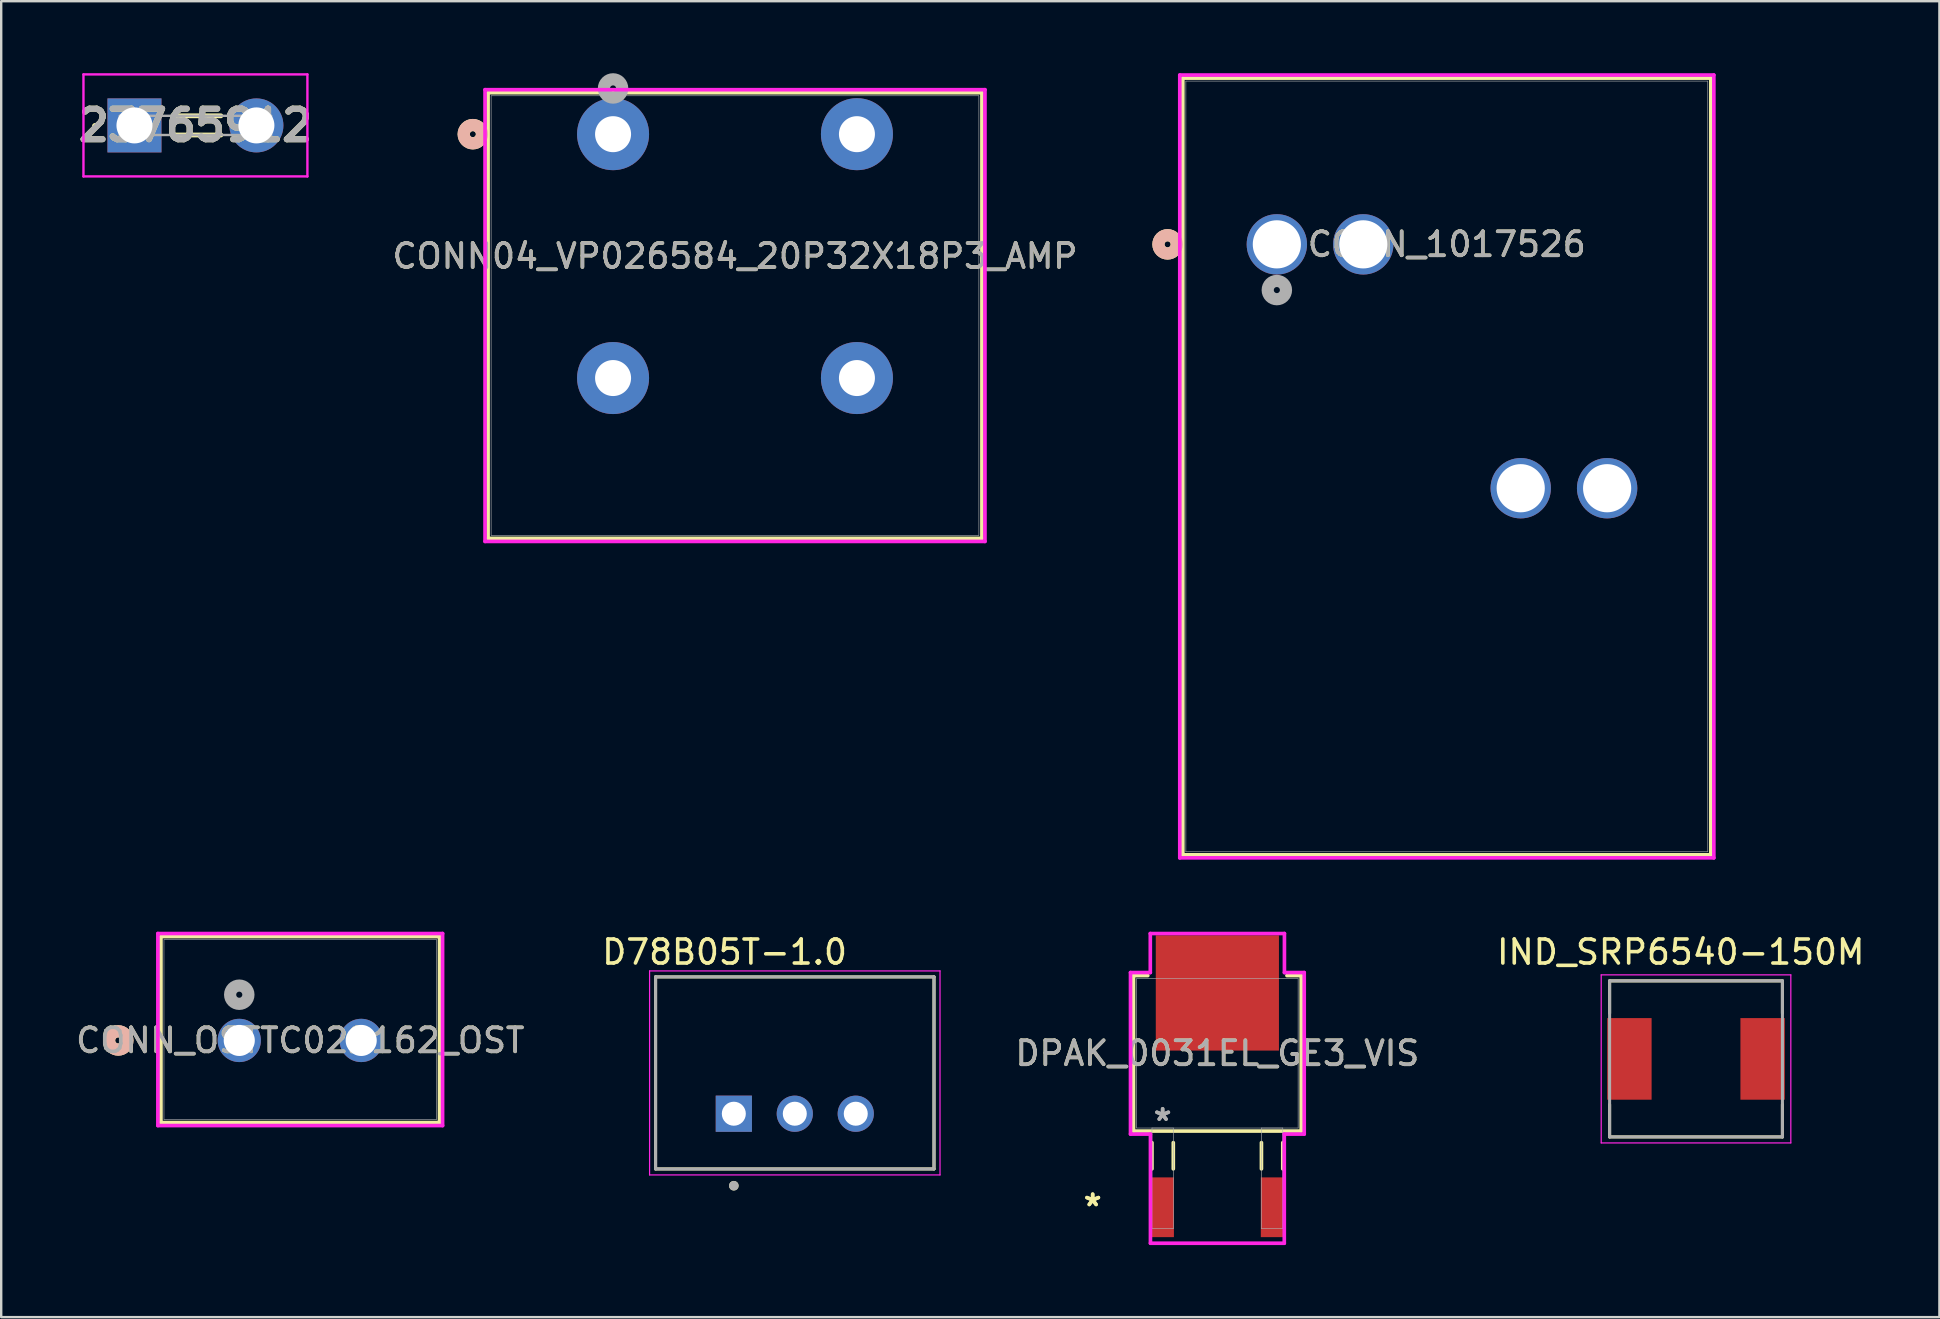
<source format=kicad_pcb>
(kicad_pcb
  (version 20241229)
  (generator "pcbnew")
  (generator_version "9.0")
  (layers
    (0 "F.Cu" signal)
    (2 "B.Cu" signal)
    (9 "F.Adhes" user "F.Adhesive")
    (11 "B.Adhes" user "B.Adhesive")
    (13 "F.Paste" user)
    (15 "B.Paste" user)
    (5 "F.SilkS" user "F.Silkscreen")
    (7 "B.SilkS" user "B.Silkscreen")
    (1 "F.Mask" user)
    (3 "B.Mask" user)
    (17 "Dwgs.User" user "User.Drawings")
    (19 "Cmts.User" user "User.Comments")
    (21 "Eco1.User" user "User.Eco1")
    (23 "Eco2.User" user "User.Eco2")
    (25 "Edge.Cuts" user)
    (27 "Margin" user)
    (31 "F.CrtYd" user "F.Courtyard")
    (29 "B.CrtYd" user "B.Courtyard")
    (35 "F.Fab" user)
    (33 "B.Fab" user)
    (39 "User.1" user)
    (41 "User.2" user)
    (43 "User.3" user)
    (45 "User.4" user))
  (footprint "DPAK_0031EL_GE3_VIS"
    (layer "F.Cu")
    (at 47.667 40.833)
    (property "Reference" "DPAK_0031EL_GE3_VIS" (at 0 0 0) (unlocked yes) (layer "F.SilkS") (effects (font (size 1 1) (thickness 0.15))))
    (attr smd)
    (fp_line (start -3.493 -3.239) (end -3.493 3.239) (stroke (width 0.152) (type solid)) (layer "F.SilkS"))
    (fp_line (start -3.493 3.239) (end 3.493 3.239) (stroke (width 0.152) (type solid)) (layer "F.SilkS"))
    (fp_line (start -2.898 -3.239) (end -3.493 -3.239) (stroke (width 0.152) (type solid)) (layer "F.SilkS"))
    (fp_line (start -2.725 3.721) (end -2.725 4.813) (stroke (width 0.152) (type solid)) (layer "F.SilkS"))
    (fp_line (start -1.836 3.721) (end -1.836 4.813) (stroke (width 0.152) (type solid)) (layer "F.SilkS"))
    (fp_line (start 1.836 3.721) (end 1.836 4.813) (stroke (width 0.152) (type solid)) (layer "F.SilkS"))
    (fp_line (start 2.725 3.721) (end 2.725 4.813) (stroke (width 0.152) (type solid)) (layer "F.SilkS"))
    (fp_line (start 3.493 -3.239) (end 2.898 -3.239) (stroke (width 0.152) (type solid)) (layer "F.SilkS"))
    (fp_line (start 3.493 3.239) (end 3.493 -3.239) (stroke (width 0.152) (type solid)) (layer "F.SilkS"))
    (fp_line (start -3.619 -3.365) (end -2.794 -3.365) (stroke (width 0.152) (type solid)) (layer "F.CrtYd"))
    (fp_line (start -3.619 3.365) (end -3.619 -3.365) (stroke (width 0.152) (type solid)) (layer "F.CrtYd"))
    (fp_line (start -2.794 -4.991) (end 2.794 -4.991) (stroke (width 0.152) (type solid)) (layer "F.CrtYd"))
    (fp_line (start -2.794 -3.365) (end -2.794 -4.991) (stroke (width 0.152) (type solid)) (layer "F.CrtYd"))
    (fp_line (start -2.788 3.365) (end -3.619 3.365) (stroke (width 0.152) (type solid)) (layer "F.CrtYd"))
    (fp_line (start -2.788 7.912) (end -2.788 3.365) (stroke (width 0.152) (type solid)) (layer "F.CrtYd"))
    (fp_line (start 2.788 3.365) (end 2.788 7.912) (stroke (width 0.152) (type solid)) (layer "F.CrtYd"))
    (fp_line (start 2.788 7.912) (end -2.788 7.912) (stroke (width 0.152) (type solid)) (layer "F.CrtYd"))
    (fp_line (start 2.794 -4.991) (end 2.794 -3.365) (stroke (width 0.152) (type solid)) (layer "F.CrtYd"))
    (fp_line (start 2.794 -3.365) (end 3.619 -3.365) (stroke (width 0.152) (type solid)) (layer "F.CrtYd"))
    (fp_line (start 3.619 -3.365) (end 3.619 3.365) (stroke (width 0.152) (type solid)) (layer "F.CrtYd"))
    (fp_line (start 3.619 3.365) (end 2.788 3.365) (stroke (width 0.152) (type solid)) (layer "F.CrtYd"))
    (fp_line (start -3.365 -3.111) (end -3.365 3.111) (stroke (width 0.025) (type solid)) (layer "F.Fab"))
    (fp_line (start -3.365 3.111) (end 3.365 3.111) (stroke (width 0.025) (type solid)) (layer "F.Fab"))
    (fp_line (start -2.725 3.111) (end -2.725 7.303) (stroke (width 0.025) (type solid)) (layer "F.Fab"))
    (fp_line (start -2.725 7.303) (end -1.836 7.303) (stroke (width 0.025) (type solid)) (layer "F.Fab"))
    (fp_line (start -1.836 3.111) (end -2.725 3.111) (stroke (width 0.025) (type solid)) (layer "F.Fab"))
    (fp_line (start -1.836 7.303) (end -1.836 3.111) (stroke (width 0.025) (type solid)) (layer "F.Fab"))
    (fp_line (start 1.836 3.111) (end 1.836 7.303) (stroke (width 0.025) (type solid)) (layer "F.Fab"))
    (fp_line (start 1.836 7.303) (end 2.725 7.303) (stroke (width 0.025) (type solid)) (layer "F.Fab"))
    (fp_line (start 2.725 3.111) (end 1.836 3.111) (stroke (width 0.025) (type solid)) (layer "F.Fab"))
    (fp_line (start 2.725 7.303) (end 2.725 3.111) (stroke (width 0.025) (type solid)) (layer "F.Fab"))
    (fp_line (start 3.365 -3.111) (end -3.365 -3.111) (stroke (width 0.025) (type solid)) (layer "F.Fab"))
    (fp_line (start 3.365 3.111) (end 3.365 -3.111) (stroke (width 0.025) (type solid)) (layer "F.Fab"))
    (fp_text user "*" (at -5.195 6.413 0) (unlocked yes) (layer "F.SilkS") (effects (font (size 1 1) (thickness 0.15))))
    (fp_text user "*" (at -5.195 6.413 0) (layer "F.SilkS") (effects (font (size 1 1) (thickness 0.15))))
    (fp_text user "*" (at -2.28 2.857 0) (layer "F.Fab") (effects (font (size 1 1) (thickness 0.15))))
    (fp_text user "${REFERENCE}" (at 0 0 0) (unlocked yes) (layer "F.Fab") (effects (font (size 1 1) (thickness 0.15))))
    (fp_text user "*" (at -2.28 2.857 0) (unlocked yes) (layer "F.Fab") (effects (font (size 1 1) (thickness 0.15))))
    (pad "1" smd rect (at -2.28 6.413) (size 0.94 2.489) (layers "F.Cu" "F.Mask" "F.Paste"))
    (pad "2" smd rect (at 0 -2.515) (size 5.131 4.801) (layers "F.Cu" "F.Mask" "F.Paste"))
    (pad "3" smd rect (at 2.28 6.413) (size 0.94 2.489) (layers "F.Cu" "F.Mask" "F.Paste")))
  (footprint "CONN04_VP026584_20P32X18P3_AMP"
    (layer "F.Cu")
    (at 22.491 2.54)
    (property "Reference" "CONN04_VP026584_20P32X18P3_AMP" (at 5.08 5.08 0) (unlocked yes) (layer "F.SilkS") (effects (font (size 1 1) (thickness 0.15))))
    (attr through_hole)
    (fp_line (start -5.207 -1.727) (end -5.207 16.84) (stroke (width 0.152) (type solid)) (layer "F.SilkS"))
    (fp_line (start -5.207 16.84) (end 15.367 16.84) (stroke (width 0.152) (type solid)) (layer "F.SilkS"))
    (fp_line (start 15.367 -1.727) (end -5.207 -1.727) (stroke (width 0.152) (type solid)) (layer "F.SilkS"))
    (fp_line (start 15.367 16.84) (end 15.367 -1.727) (stroke (width 0.152) (type solid)) (layer "F.SilkS"))
    (fp_circle (center -5.842 0) (end -5.461 0) (stroke (width 0.508) (type solid)) (fill no) (layer "F.SilkS"))
    (fp_circle (center -5.842 0) (end -5.461 0) (stroke (width 0.508) (type solid)) (fill no) (layer "B.SilkS"))
    (fp_line (start -5.334 -1.854) (end -5.334 16.967) (stroke (width 0.152) (type solid)) (layer "F.CrtYd"))
    (fp_line (start -5.334 16.967) (end 15.494 16.967) (stroke (width 0.152) (type solid)) (layer "F.CrtYd"))
    (fp_line (start 15.494 -1.854) (end -5.334 -1.854) (stroke (width 0.152) (type solid)) (layer "F.CrtYd"))
    (fp_line (start 15.494 16.967) (end 15.494 -1.854) (stroke (width 0.152) (type solid)) (layer "F.CrtYd"))
    (fp_line (start -5.08 -1.6) (end -5.08 16.713) (stroke (width 0.025) (type solid)) (layer "F.Fab"))
    (fp_line (start -5.08 16.713) (end 15.24 16.713) (stroke (width 0.025) (type solid)) (layer "F.Fab"))
    (fp_line (start 15.24 -1.6) (end -5.08 -1.6) (stroke (width 0.025) (type solid)) (layer "F.Fab"))
    (fp_line (start 15.24 16.713) (end 15.24 -1.6) (stroke (width 0.025) (type solid)) (layer "F.Fab"))
    (fp_circle (center 0 -1.905) (end 0.381 -1.905) (stroke (width 0.508) (type solid)) (fill no) (layer "F.Fab"))
    (fp_text user "${REFERENCE}" (at 5.08 5.08 0) (unlocked yes) (layer "F.Fab") (effects (font (size 1 1) (thickness 0.15))))
    (pad "1" thru_hole circle (at 0 0) (size 3 3) (drill 1.5) (layers "*.Cu" "*.Mask"))
    (pad "2" thru_hole circle (at 0 10.16) (size 3 3) (drill 1.5) (layers "*.Cu" "*.Mask"))
    (pad "3" thru_hole circle (at 10.16 0) (size 3 3) (drill 1.5) (layers "*.Cu" "*.Mask"))
    (pad "4" thru_hole circle (at 10.16 10.16) (size 3 3) (drill 1.5) (layers "*.Cu" "*.Mask")))
  (footprint "CONN_1017526"
    (layer "F.Cu")
    (at 50.145 7.13)
    (property "Reference" "CONN_1017526" (at 7.081 0 0) (unlocked yes) (layer "F.SilkS") (effects (font (size 1 1) (thickness 0.15))))
    (attr through_hole)
    (fp_line (start -3.917 -6.927) (end -3.917 25.433) (stroke (width 0.152) (type solid)) (layer "F.SilkS"))
    (fp_line (start -3.917 25.433) (end 18.079 25.433) (stroke (width 0.152) (type solid)) (layer "F.SilkS"))
    (fp_line (start 18.079 -6.927) (end -3.917 -6.927) (stroke (width 0.152) (type solid)) (layer "F.SilkS"))
    (fp_line (start 18.079 25.433) (end 18.079 -6.927) (stroke (width 0.152) (type solid)) (layer "F.SilkS"))
    (fp_circle (center -4.552 0) (end -4.171 0) (stroke (width 0.508) (type solid)) (fill no) (layer "F.SilkS"))
    (fp_circle (center -4.552 0) (end -4.171 0) (stroke (width 0.508) (type solid)) (fill no) (layer "B.SilkS"))
    (fp_line (start -4.044 -7.054) (end -4.044 25.56) (stroke (width 0.152) (type solid)) (layer "F.CrtYd"))
    (fp_line (start -4.044 25.56) (end 18.206 25.56) (stroke (width 0.152) (type solid)) (layer "F.CrtYd"))
    (fp_line (start 18.206 -7.054) (end -4.044 -7.054) (stroke (width 0.152) (type solid)) (layer "F.CrtYd"))
    (fp_line (start 18.206 25.56) (end 18.206 -7.054) (stroke (width 0.152) (type solid)) (layer "F.CrtYd"))
    (fp_line (start -3.79 -6.8) (end -3.79 25.306) (stroke (width 0.025) (type solid)) (layer "F.Fab"))
    (fp_line (start -3.79 25.306) (end 17.952 25.306) (stroke (width 0.025) (type solid)) (layer "F.Fab"))
    (fp_line (start 17.952 -6.8) (end -3.79 -6.8) (stroke (width 0.025) (type solid)) (layer "F.Fab"))
    (fp_line (start 17.952 25.306) (end 17.952 -6.8) (stroke (width 0.025) (type solid)) (layer "F.Fab"))
    (fp_circle (center 0 1.905) (end 0.381 1.905) (stroke (width 0.508) (type solid)) (fill no) (layer "F.Fab"))
    (fp_text user "${REFERENCE}" (at 7.081 0 0) (unlocked yes) (layer "F.Fab") (effects (font (size 1 1) (thickness 0.15))))
    (pad "1" thru_hole circle (at 0 0) (size 2.515 2.515) (drill 2.007) (layers "*.Cu" "*.Mask"))
    (pad "2" thru_hole circle (at 3.6 0) (size 2.515 2.515) (drill 2.007) (layers "*.Cu" "*.Mask"))
    (pad "3" thru_hole circle (at 10.16 10.16) (size 2.515 2.515) (drill 2.007) (layers "*.Cu" "*.Mask"))
    (pad "4" thru_hole circle (at 13.76 10.16) (size 2.515 2.515) (drill 2.007) (layers "*.Cu" "*.Mask")))
  (footprint "23765912"
    (layer "F.Cu")
    (at 2.552 2.175)
    (property "Reference" "23765912" (at 2.54 0 0) (layer "F.SilkS") (effects (font (size 1.27 1.27) (thickness 0.254))))
    (attr through_hole)
    (fp_line (start -1.7 0) (end -1.7 0) (stroke (width 0.1) (type solid)) (layer "F.SilkS"))
    (fp_line (start -1.6 0) (end -1.6 0) (stroke (width 0.1) (type solid)) (layer "F.SilkS"))
    (fp_line (start 1.6 -0.4) (end 3.6 -0.4) (stroke (width 0.2) (type solid)) (layer "F.SilkS"))
    (fp_line (start 1.6 0.4) (end 3.6 0.4) (stroke (width 0.2) (type solid)) (layer "F.SilkS"))
    (fp_arc (start -1.7 0) (mid -1.65 -0.05) (end -1.6 0) (stroke (width 0.1) (type solid)) (layer "F.SilkS"))
    (fp_arc (start -1.6 0) (mid -1.65 0.05) (end -1.7 0) (stroke (width 0.1) (type solid)) (layer "F.SilkS"))
    (fp_line (start -2.125 -2.125) (end 7.205 -2.125) (stroke (width 0.1) (type solid)) (layer "F.CrtYd"))
    (fp_line (start -2.125 2.125) (end -2.125 -2.125) (stroke (width 0.1) (type solid)) (layer "F.CrtYd"))
    (fp_line (start 7.205 -2.125) (end 7.205 2.125) (stroke (width 0.1) (type solid)) (layer "F.CrtYd"))
    (fp_line (start 7.205 2.125) (end -2.125 2.125) (stroke (width 0.1) (type solid)) (layer "F.CrtYd"))
    (fp_line (start -0.61 -0.4) (end 5.69 -0.4) (stroke (width 0.1) (type solid)) (layer "F.Fab"))
    (fp_line (start -0.61 0.4) (end -0.61 -0.4) (stroke (width 0.1) (type solid)) (layer "F.Fab"))
    (fp_line (start 5.69 -0.4) (end 5.69 0.4) (stroke (width 0.1) (type solid)) (layer "F.Fab"))
    (fp_line (start 5.69 0.4) (end -0.61 0.4) (stroke (width 0.1) (type solid)) (layer "F.Fab"))
    (fp_text user "${REFERENCE}" (at 2.54 0 0) (layer "F.Fab") (effects (font (size 1.27 1.27) (thickness 0.254))))
    (pad "1" thru_hole rect (at 0 0) (size 2.25 2.25) (drill 1.5) (layers "*.Cu" "*.Mask"))
    (pad "2" thru_hole circle (at 5.08 0) (size 2.25 2.25) (drill 1.5) (layers "*.Cu" "*.Mask")))
  (footprint "CONN_OSTTC022162_OST"
    (layer "F.Cu")
    (at 6.918 40.296)
    (property "Reference" "CONN_OSTTC022162_OST" (at 2.54 0 0) (unlocked yes) (layer "F.SilkS") (effects (font (size 1 1) (thickness 0.15))))
    (attr through_hole)
    (fp_line (start -3.264 -4.327) (end -3.264 3.42) (stroke (width 0.152) (type solid)) (layer "F.SilkS"))
    (fp_line (start -3.264 3.42) (end 8.344 3.42) (stroke (width 0.152) (type solid)) (layer "F.SilkS"))
    (fp_line (start 8.344 -4.327) (end -3.264 -4.327) (stroke (width 0.152) (type solid)) (layer "F.SilkS"))
    (fp_line (start 8.344 3.42) (end 8.344 -4.327) (stroke (width 0.152) (type solid)) (layer "F.SilkS"))
    (fp_circle (center -5.042 0) (end -4.661 0) (stroke (width 0.508) (type solid)) (fill no) (layer "F.SilkS"))
    (fp_circle (center -5.042 0) (end -4.661 0) (stroke (width 0.508) (type solid)) (fill no) (layer "B.SilkS"))
    (fp_line (start -3.391 -4.454) (end -3.391 3.547) (stroke (width 0.152) (type solid)) (layer "F.CrtYd"))
    (fp_line (start -3.391 3.547) (end 8.471 3.547) (stroke (width 0.152) (type solid)) (layer "F.CrtYd"))
    (fp_line (start 8.471 -4.454) (end -3.391 -4.454) (stroke (width 0.152) (type solid)) (layer "F.CrtYd"))
    (fp_line (start 8.471 3.547) (end 8.471 -4.454) (stroke (width 0.152) (type solid)) (layer "F.CrtYd"))
    (fp_line (start -3.137 -4.2) (end -3.137 3.293) (stroke (width 0.025) (type solid)) (layer "F.Fab"))
    (fp_line (start -3.137 3.293) (end 8.217 3.293) (stroke (width 0.025) (type solid)) (layer "F.Fab"))
    (fp_line (start 8.217 -4.2) (end -3.137 -4.2) (stroke (width 0.025) (type solid)) (layer "F.Fab"))
    (fp_line (start 8.217 3.293) (end 8.217 -4.2) (stroke (width 0.025) (type solid)) (layer "F.Fab"))
    (fp_circle (center 0 -1.905) (end 0.381 -1.905) (stroke (width 0.508) (type solid)) (fill no) (layer "F.Fab"))
    (fp_text user "${REFERENCE}" (at 2.54 0 0) (unlocked yes) (layer "F.Fab") (effects (font (size 1 1) (thickness 0.15))))
    (pad "1" thru_hole circle (at 0 0) (size 1.803 1.803) (drill 1.295) (layers "*.Cu" "*.Mask"))
    (pad "2" thru_hole circle (at 5.08 0) (size 1.803 1.803) (drill 1.295) (layers "*.Cu" "*.Mask")))
  (footprint "D78B05T-1.0"
    (layer "F.Cu")
    (at 30.062 43.349)
    (property "Reference" "D78B05T-1.0" (at -2.925 -6.735 0) (layer "F.SilkS") (effects (font (size 1 1) (thickness 0.15))))
    (attr through_hole)
    (fp_line (start -5.8 -5.7) (end 5.8 -5.7) (stroke (width 0.127) (type solid)) (layer "F.SilkS"))
    (fp_line (start -5.8 2.3) (end -5.8 -5.7) (stroke (width 0.127) (type solid)) (layer "F.SilkS"))
    (fp_line (start 5.8 -5.7) (end 5.8 2.3) (stroke (width 0.127) (type solid)) (layer "F.SilkS"))
    (fp_line (start 5.8 2.3) (end -5.8 2.3) (stroke (width 0.127) (type solid)) (layer "F.SilkS"))
    (fp_circle (center -2.54 3) (end -2.44 3) (stroke (width 0.2) (type solid)) (fill no) (layer "F.SilkS"))
    (fp_line (start -6.05 -5.95) (end 6.05 -5.95) (stroke (width 0.05) (type solid)) (layer "F.CrtYd"))
    (fp_line (start -6.05 2.55) (end -6.05 -5.95) (stroke (width 0.05) (type solid)) (layer "F.CrtYd"))
    (fp_line (start 6.05 -5.95) (end 6.05 2.55) (stroke (width 0.05) (type solid)) (layer "F.CrtYd"))
    (fp_line (start 6.05 2.55) (end -6.05 2.55) (stroke (width 0.05) (type solid)) (layer "F.CrtYd"))
    (fp_line (start -5.8 -5.7) (end 5.8 -5.7) (stroke (width 0.127) (type solid)) (layer "F.Fab"))
    (fp_line (start -5.8 2.3) (end -5.8 -5.7) (stroke (width 0.127) (type solid)) (layer "F.Fab"))
    (fp_line (start 5.8 -5.7) (end 5.8 2.3) (stroke (width 0.127) (type solid)) (layer "F.Fab"))
    (fp_line (start 5.8 2.3) (end -5.8 2.3) (stroke (width 0.127) (type solid)) (layer "F.Fab"))
    (fp_circle (center -2.54 3) (end -2.44 3) (stroke (width 0.2) (type solid)) (fill no) (layer "F.Fab"))
    (pad "1" thru_hole rect (at -2.54 0) (size 1.508 1.508) (drill 1) (layers "*.Cu" "*.Mask"))
    (pad "2" thru_hole circle (at 0 0) (size 1.508 1.508) (drill 1) (layers "*.Cu" "*.Mask"))
    (pad "3" thru_hole circle (at 2.54 0) (size 1.508 1.508) (drill 1) (layers "*.Cu" "*.Mask")))
  (footprint "IND_SRP6540-150M"
    (layer "F.Cu")
    (at 67.608 41.065)
    (property "Reference" "IND_SRP6540-150M" (at -0.636 -4.45 0) (layer "F.SilkS") (effects (font (size 1.001 1.001) (thickness 0.15))))
    (attr smd)
    (fp_line (start -3.6 -3.25) (end 3.6 -3.25) (stroke (width 0.127) (type solid)) (layer "F.SilkS"))
    (fp_line (start -3.6 -1.9) (end -3.6 -3.25) (stroke (width 0.127) (type solid)) (layer "F.SilkS"))
    (fp_line (start -3.6 3.25) (end -3.6 1.9) (stroke (width 0.127) (type solid)) (layer "F.SilkS"))
    (fp_line (start 3.6 -3.25) (end 3.6 -1.9) (stroke (width 0.127) (type solid)) (layer "F.SilkS"))
    (fp_line (start 3.6 1.9) (end 3.6 3.25) (stroke (width 0.127) (type solid)) (layer "F.SilkS"))
    (fp_line (start 3.6 3.25) (end -3.6 3.25) (stroke (width 0.127) (type solid)) (layer "F.SilkS"))
    (fp_line (start -3.95 -3.5) (end 3.95 -3.5) (stroke (width 0.05) (type solid)) (layer "F.CrtYd"))
    (fp_line (start -3.95 3.5) (end -3.95 -3.5) (stroke (width 0.05) (type solid)) (layer "F.CrtYd"))
    (fp_line (start 3.95 -3.5) (end 3.95 3.5) (stroke (width 0.05) (type solid)) (layer "F.CrtYd"))
    (fp_line (start 3.95 3.5) (end -3.95 3.5) (stroke (width 0.05) (type solid)) (layer "F.CrtYd"))
    (fp_line (start -3.6 -3.25) (end 3.6 -3.25) (stroke (width 0.127) (type solid)) (layer "F.Fab"))
    (fp_line (start -3.6 3.25) (end -3.6 -3.25) (stroke (width 0.127) (type solid)) (layer "F.Fab"))
    (fp_line (start 3.6 -3.25) (end 3.6 3.25) (stroke (width 0.127) (type solid)) (layer "F.Fab"))
    (fp_line (start 3.6 3.25) (end -3.6 3.25) (stroke (width 0.127) (type solid)) (layer "F.Fab"))
    (pad "1" smd rect (at -2.775 0) (size 1.85 3.4) (layers "F.Cu" "F.Mask" "F.Paste"))
    (pad "2" smd rect (at 2.775 0) (size 1.85 3.4) (layers "F.Cu" "F.Mask" "F.Paste")))
  (gr_rect
    (start -3 -3)
    (end 77.748 51.822)
    (stroke (width 0.1) (type default))
    (fill no)
    (layer "Edge.Cuts")))
</source>
